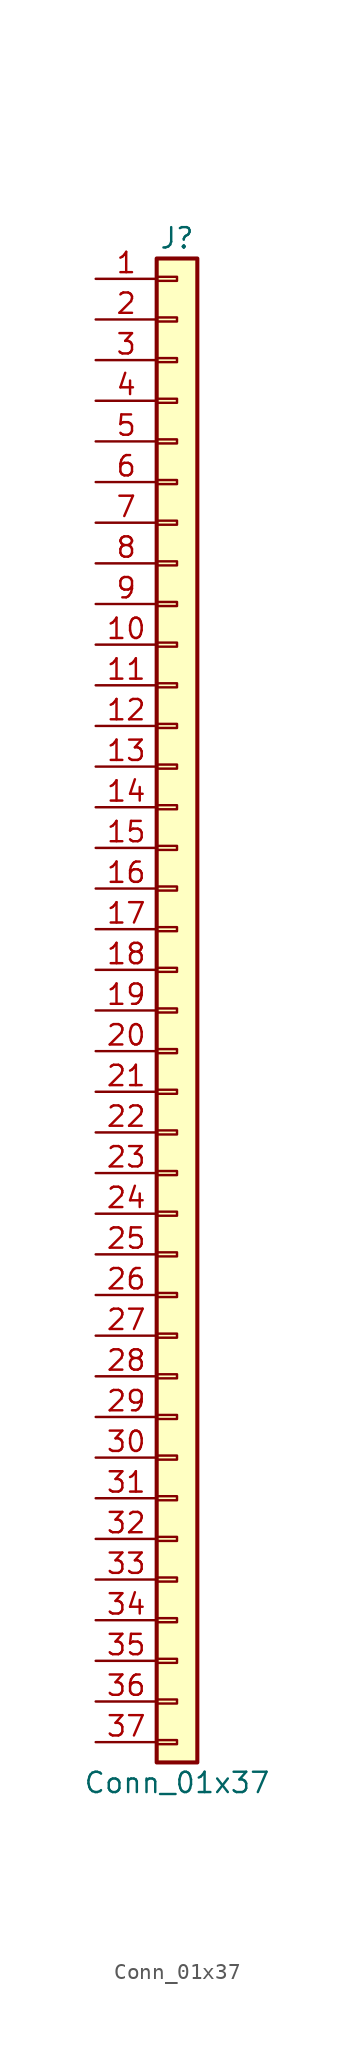
<source format=kicad_sym>
(kicad_symbol_lib
  (version 20201005)
  (generator kicad_symbol_editor)
  (symbol "Conn_01x37"
    (pin_names
      (offset 1.016) hide)
    (property "Reference" "J"
      (at 0 48.26 0)
      (effects (font (size 1.27 1.27))))
    (property "Value" "Conn_01x37"
      (at 0 -48.26 0)
      (effects (font (size 1.27 1.27))))
    (symbol "Conn_01x37_1_1"
      (rectangle (start -1.27 -45.593) (end 0 -45.847) (stroke (width 0.152)) (fill (type none)))
      (rectangle (start -1.27 -43.053) (end 0 -43.307) (stroke (width 0.152)) (fill (type none)))
      (rectangle (start -1.27 -40.513) (end 0 -40.767) (stroke (width 0.152)) (fill (type none)))
      (rectangle (start -1.27 -37.973) (end 0 -38.227) (stroke (width 0.152)) (fill (type none)))
      (rectangle (start -1.27 -35.433) (end 0 -35.687) (stroke (width 0.152)) (fill (type none)))
      (rectangle (start -1.27 -32.893) (end 0 -33.147) (stroke (width 0.152)) (fill (type none)))
      (rectangle (start -1.27 -30.353) (end 0 -30.607) (stroke (width 0.152)) (fill (type none)))
      (rectangle (start -1.27 -27.813) (end 0 -28.067) (stroke (width 0.152)) (fill (type none)))
      (rectangle (start -1.27 -25.273) (end 0 -25.527) (stroke (width 0.152)) (fill (type none)))
      (rectangle (start -1.27 -22.733) (end 0 -22.987) (stroke (width 0.152)) (fill (type none)))
      (rectangle (start -1.27 -20.193) (end 0 -20.447) (stroke (width 0.152)) (fill (type none)))
      (rectangle (start -1.27 -17.653) (end 0 -17.907) (stroke (width 0.152)) (fill (type none)))
      (rectangle (start -1.27 -15.113) (end 0 -15.367) (stroke (width 0.152)) (fill (type none)))
      (rectangle (start -1.27 -12.573) (end 0 -12.827) (stroke (width 0.152)) (fill (type none)))
      (rectangle (start -1.27 -10.033) (end 0 -10.287) (stroke (width 0.152)) (fill (type none)))
      (rectangle (start -1.27 -7.493) (end 0 -7.747) (stroke (width 0.152)) (fill (type none)))
      (rectangle (start -1.27 -4.953) (end 0 -5.207) (stroke (width 0.152)) (fill (type none)))
      (rectangle (start -1.27 -2.413) (end 0 -2.667) (stroke (width 0.152)) (fill (type none)))
      (rectangle (start -1.27 0.127) (end 0 -0.127) (stroke (width 0.152)) (fill (type none)))
      (rectangle (start -1.27 2.667) (end 0 2.413) (stroke (width 0.152)) (fill (type none)))
      (rectangle (start -1.27 5.207) (end 0 4.953) (stroke (width 0.152)) (fill (type none)))
      (rectangle (start -1.27 7.747) (end 0 7.493) (stroke (width 0.152)) (fill (type none)))
      (rectangle (start -1.27 10.287) (end 0 10.033) (stroke (width 0.152)) (fill (type none)))
      (rectangle (start -1.27 12.827) (end 0 12.573) (stroke (width 0.152)) (fill (type none)))
      (rectangle (start -1.27 15.367) (end 0 15.113) (stroke (width 0.152)) (fill (type none)))
      (rectangle (start -1.27 17.907) (end 0 17.653) (stroke (width 0.152)) (fill (type none)))
      (rectangle (start -1.27 20.447) (end 0 20.193) (stroke (width 0.152)) (fill (type none)))
      (rectangle (start -1.27 22.987) (end 0 22.733) (stroke (width 0.152)) (fill (type none)))
      (rectangle (start -1.27 25.527) (end 0 25.273) (stroke (width 0.152)) (fill (type none)))
      (rectangle (start -1.27 28.067) (end 0 27.813) (stroke (width 0.152)) (fill (type none)))
      (rectangle (start -1.27 30.607) (end 0 30.353) (stroke (width 0.152)) (fill (type none)))
      (rectangle (start -1.27 33.147) (end 0 32.893) (stroke (width 0.152)) (fill (type none)))
      (rectangle (start -1.27 35.687) (end 0 35.433) (stroke (width 0.152)) (fill (type none)))
      (rectangle (start -1.27 38.227) (end 0 37.973) (stroke (width 0.152)) (fill (type none)))
      (rectangle (start -1.27 40.767) (end 0 40.513) (stroke (width 0.152)) (fill (type none)))
      (rectangle (start -1.27 43.307) (end 0 43.053) (stroke (width 0.152)) (fill (type none)))
      (rectangle (start -1.27 45.847) (end 0 45.593) (stroke (width 0.152)) (fill (type none)))
      (rectangle (start -1.27 46.99) (end 1.27 -46.99) (stroke (width 0.254)) (fill (type background)))
      (pin passive line (at -5.08 45.72 0) (length 3.81) (name "Pin_1" (effects (font (size 1.27 1.27)))) (number "1" (effects (font (size 1.27 1.27)))))
      (pin passive line (at -5.08 22.86 0) (length 3.81) (name "Pin_10" (effects (font (size 1.27 1.27)))) (number "10" (effects (font (size 1.27 1.27)))))
      (pin passive line (at -5.08 20.32 0) (length 3.81) (name "Pin_11" (effects (font (size 1.27 1.27)))) (number "11" (effects (font (size 1.27 1.27)))))
      (pin passive line (at -5.08 17.78 0) (length 3.81) (name "Pin_12" (effects (font (size 1.27 1.27)))) (number "12" (effects (font (size 1.27 1.27)))))
      (pin passive line (at -5.08 15.24 0) (length 3.81) (name "Pin_13" (effects (font (size 1.27 1.27)))) (number "13" (effects (font (size 1.27 1.27)))))
      (pin passive line (at -5.08 12.7 0) (length 3.81) (name "Pin_14" (effects (font (size 1.27 1.27)))) (number "14" (effects (font (size 1.27 1.27)))))
      (pin passive line (at -5.08 10.16 0) (length 3.81) (name "Pin_15" (effects (font (size 1.27 1.27)))) (number "15" (effects (font (size 1.27 1.27)))))
      (pin passive line (at -5.08 7.62 0) (length 3.81) (name "Pin_16" (effects (font (size 1.27 1.27)))) (number "16" (effects (font (size 1.27 1.27)))))
      (pin passive line (at -5.08 5.08 0) (length 3.81) (name "Pin_17" (effects (font (size 1.27 1.27)))) (number "17" (effects (font (size 1.27 1.27)))))
      (pin passive line (at -5.08 2.54 0) (length 3.81) (name "Pin_18" (effects (font (size 1.27 1.27)))) (number "18" (effects (font (size 1.27 1.27)))))
      (pin passive line (at -5.08 0 0) (length 3.81) (name "Pin_19" (effects (font (size 1.27 1.27)))) (number "19" (effects (font (size 1.27 1.27)))))
      (pin passive line (at -5.08 43.18 0) (length 3.81) (name "Pin_2" (effects (font (size 1.27 1.27)))) (number "2" (effects (font (size 1.27 1.27)))))
      (pin passive line (at -5.08 -2.54 0) (length 3.81) (name "Pin_20" (effects (font (size 1.27 1.27)))) (number "20" (effects (font (size 1.27 1.27)))))
      (pin passive line (at -5.08 -5.08 0) (length 3.81) (name "Pin_21" (effects (font (size 1.27 1.27)))) (number "21" (effects (font (size 1.27 1.27)))))
      (pin passive line (at -5.08 -7.62 0) (length 3.81) (name "Pin_22" (effects (font (size 1.27 1.27)))) (number "22" (effects (font (size 1.27 1.27)))))
      (pin passive line (at -5.08 -10.16 0) (length 3.81) (name "Pin_23" (effects (font (size 1.27 1.27)))) (number "23" (effects (font (size 1.27 1.27)))))
      (pin passive line (at -5.08 -12.7 0) (length 3.81) (name "Pin_24" (effects (font (size 1.27 1.27)))) (number "24" (effects (font (size 1.27 1.27)))))
      (pin passive line (at -5.08 -15.24 0) (length 3.81) (name "Pin_25" (effects (font (size 1.27 1.27)))) (number "25" (effects (font (size 1.27 1.27)))))
      (pin passive line (at -5.08 -17.78 0) (length 3.81) (name "Pin_26" (effects (font (size 1.27 1.27)))) (number "26" (effects (font (size 1.27 1.27)))))
      (pin passive line (at -5.08 -20.32 0) (length 3.81) (name "Pin_27" (effects (font (size 1.27 1.27)))) (number "27" (effects (font (size 1.27 1.27)))))
      (pin passive line (at -5.08 -22.86 0) (length 3.81) (name "Pin_28" (effects (font (size 1.27 1.27)))) (number "28" (effects (font (size 1.27 1.27)))))
      (pin passive line (at -5.08 -25.4 0) (length 3.81) (name "Pin_29" (effects (font (size 1.27 1.27)))) (number "29" (effects (font (size 1.27 1.27)))))
      (pin passive line (at -5.08 40.64 0) (length 3.81) (name "Pin_3" (effects (font (size 1.27 1.27)))) (number "3" (effects (font (size 1.27 1.27)))))
      (pin passive line (at -5.08 -27.94 0) (length 3.81) (name "Pin_30" (effects (font (size 1.27 1.27)))) (number "30" (effects (font (size 1.27 1.27)))))
      (pin passive line (at -5.08 -30.48 0) (length 3.81) (name "Pin_31" (effects (font (size 1.27 1.27)))) (number "31" (effects (font (size 1.27 1.27)))))
      (pin passive line (at -5.08 -33.02 0) (length 3.81) (name "Pin_32" (effects (font (size 1.27 1.27)))) (number "32" (effects (font (size 1.27 1.27)))))
      (pin passive line (at -5.08 -35.56 0) (length 3.81) (name "Pin_33" (effects (font (size 1.27 1.27)))) (number "33" (effects (font (size 1.27 1.27)))))
      (pin passive line (at -5.08 -38.1 0) (length 3.81) (name "Pin_34" (effects (font (size 1.27 1.27)))) (number "34" (effects (font (size 1.27 1.27)))))
      (pin passive line (at -5.08 -40.64 0) (length 3.81) (name "Pin_35" (effects (font (size 1.27 1.27)))) (number "35" (effects (font (size 1.27 1.27)))))
      (pin passive line (at -5.08 -43.18 0) (length 3.81) (name "Pin_36" (effects (font (size 1.27 1.27)))) (number "36" (effects (font (size 1.27 1.27)))))
      (pin passive line (at -5.08 -45.72 0) (length 3.81) (name "Pin_37" (effects (font (size 1.27 1.27)))) (number "37" (effects (font (size 1.27 1.27)))))
      (pin passive line (at -5.08 38.1 0) (length 3.81) (name "Pin_4" (effects (font (size 1.27 1.27)))) (number "4" (effects (font (size 1.27 1.27)))))
      (pin passive line (at -5.08 35.56 0) (length 3.81) (name "Pin_5" (effects (font (size 1.27 1.27)))) (number "5" (effects (font (size 1.27 1.27)))))
      (pin passive line (at -5.08 33.02 0) (length 3.81) (name "Pin_6" (effects (font (size 1.27 1.27)))) (number "6" (effects (font (size 1.27 1.27)))))
      (pin passive line (at -5.08 30.48 0) (length 3.81) (name "Pin_7" (effects (font (size 1.27 1.27)))) (number "7" (effects (font (size 1.27 1.27)))))
      (pin passive line (at -5.08 27.94 0) (length 3.81) (name "Pin_8" (effects (font (size 1.27 1.27)))) (number "8" (effects (font (size 1.27 1.27)))))
      (pin passive line (at -5.08 25.4 0) (length 3.81) (name "Pin_9" (effects (font (size 1.27 1.27)))) (number "9" (effects (font (size 1.27 1.27))))))))
</source>
